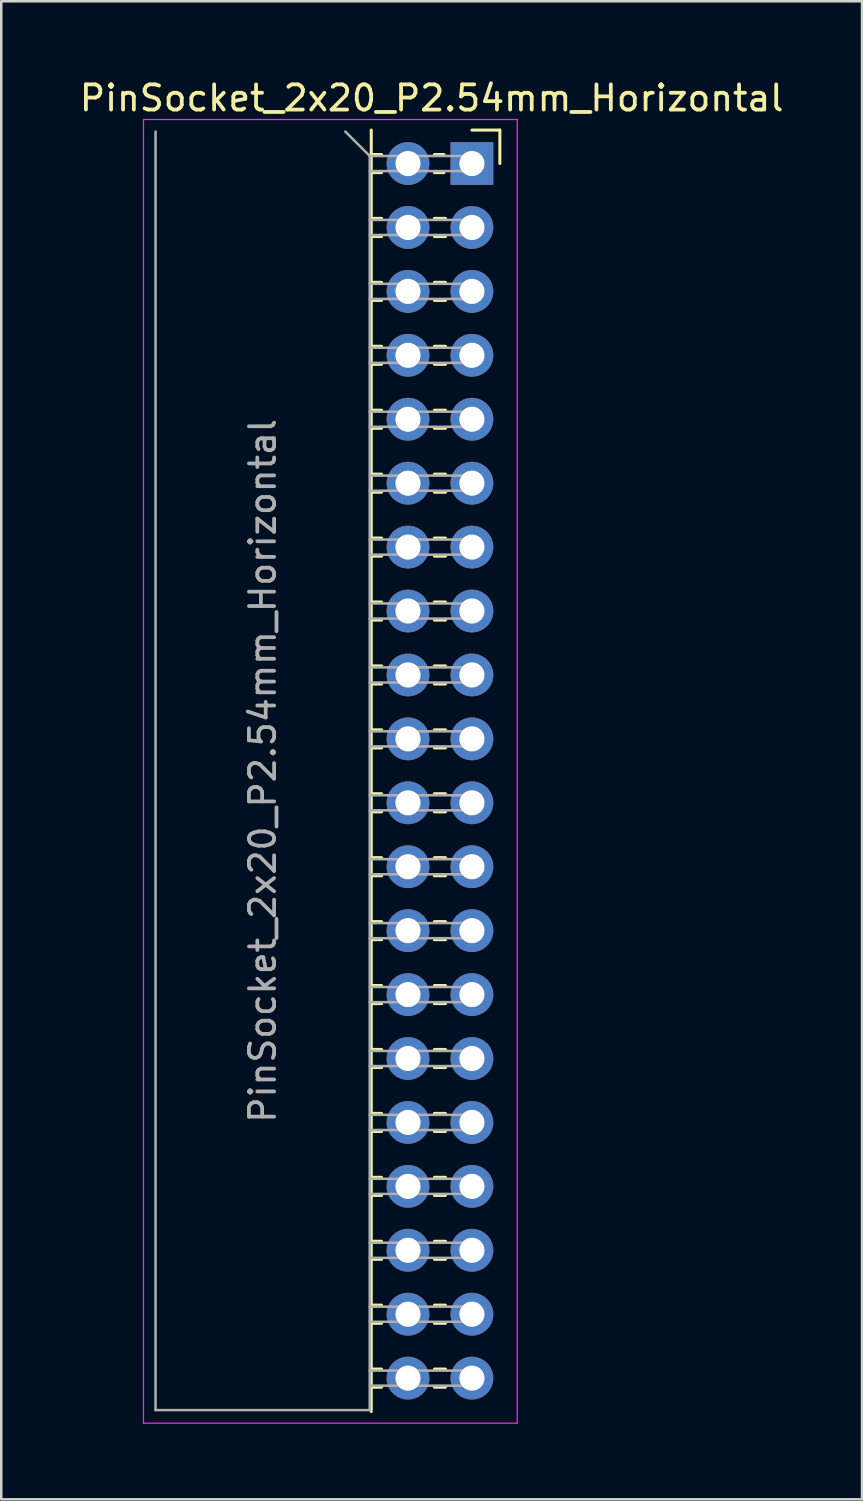
<source format=kicad_pcb>
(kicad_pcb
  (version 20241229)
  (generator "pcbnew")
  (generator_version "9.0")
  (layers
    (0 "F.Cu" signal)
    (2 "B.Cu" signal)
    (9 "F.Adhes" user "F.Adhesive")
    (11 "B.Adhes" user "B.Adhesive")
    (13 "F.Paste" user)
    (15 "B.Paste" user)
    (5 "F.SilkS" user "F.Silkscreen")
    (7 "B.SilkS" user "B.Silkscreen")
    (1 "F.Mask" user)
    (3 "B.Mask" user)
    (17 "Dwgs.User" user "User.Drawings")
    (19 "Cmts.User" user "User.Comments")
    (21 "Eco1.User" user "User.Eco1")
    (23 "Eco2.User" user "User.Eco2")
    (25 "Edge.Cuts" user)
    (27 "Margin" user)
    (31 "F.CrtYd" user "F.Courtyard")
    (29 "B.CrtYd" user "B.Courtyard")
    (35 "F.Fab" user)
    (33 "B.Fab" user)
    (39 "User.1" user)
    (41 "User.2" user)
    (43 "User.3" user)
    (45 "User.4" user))
  (footprint "PinSocket_2x20_P2.54mm_Horizontal"
    (layer "F.Cu")
    (at 15.701 3.448)
    (property "Reference" "PinSocket_2x20_P2.54mm_Horizontal" (at -1.6 -2.6 0) (layer "F.SilkS") (effects (font (size 1 1) (thickness 0.15))))
    (attr through_hole)
    (fp_line (start -4 -1.33) (end -4 49.59) (stroke (width 0.12) (type solid)) (layer "F.SilkS"))
    (fp_line (start -4 -0.36) (end -3.59 -0.36) (stroke (width 0.12) (type solid)) (layer "F.SilkS"))
    (fp_line (start -4 0.36) (end -3.59 0.36) (stroke (width 0.12) (type solid)) (layer "F.SilkS"))
    (fp_line (start -4 2.18) (end -3.59 2.18) (stroke (width 0.12) (type solid)) (layer "F.SilkS"))
    (fp_line (start -4 2.9) (end -3.59 2.9) (stroke (width 0.12) (type solid)) (layer "F.SilkS"))
    (fp_line (start -4 4.72) (end -3.59 4.72) (stroke (width 0.12) (type solid)) (layer "F.SilkS"))
    (fp_line (start -4 5.44) (end -3.59 5.44) (stroke (width 0.12) (type solid)) (layer "F.SilkS"))
    (fp_line (start -4 7.26) (end -3.59 7.26) (stroke (width 0.12) (type solid)) (layer "F.SilkS"))
    (fp_line (start -4 7.98) (end -3.59 7.98) (stroke (width 0.12) (type solid)) (layer "F.SilkS"))
    (fp_line (start -4 9.8) (end -3.59 9.8) (stroke (width 0.12) (type solid)) (layer "F.SilkS"))
    (fp_line (start -4 10.52) (end -3.59 10.52) (stroke (width 0.12) (type solid)) (layer "F.SilkS"))
    (fp_line (start -4 12.34) (end -3.59 12.34) (stroke (width 0.12) (type solid)) (layer "F.SilkS"))
    (fp_line (start -4 13.06) (end -3.59 13.06) (stroke (width 0.12) (type solid)) (layer "F.SilkS"))
    (fp_line (start -4 14.88) (end -3.59 14.88) (stroke (width 0.12) (type solid)) (layer "F.SilkS"))
    (fp_line (start -4 15.6) (end -3.59 15.6) (stroke (width 0.12) (type solid)) (layer "F.SilkS"))
    (fp_line (start -4 17.42) (end -3.59 17.42) (stroke (width 0.12) (type solid)) (layer "F.SilkS"))
    (fp_line (start -4 18.14) (end -3.59 18.14) (stroke (width 0.12) (type solid)) (layer "F.SilkS"))
    (fp_line (start -4 19.96) (end -3.59 19.96) (stroke (width 0.12) (type solid)) (layer "F.SilkS"))
    (fp_line (start -4 20.68) (end -3.59 20.68) (stroke (width 0.12) (type solid)) (layer "F.SilkS"))
    (fp_line (start -4 22.5) (end -3.59 22.5) (stroke (width 0.12) (type solid)) (layer "F.SilkS"))
    (fp_line (start -4 23.22) (end -3.59 23.22) (stroke (width 0.12) (type solid)) (layer "F.SilkS"))
    (fp_line (start -4 25.04) (end -3.59 25.04) (stroke (width 0.12) (type solid)) (layer "F.SilkS"))
    (fp_line (start -4 25.76) (end -3.59 25.76) (stroke (width 0.12) (type solid)) (layer "F.SilkS"))
    (fp_line (start -4 27.58) (end -3.59 27.58) (stroke (width 0.12) (type solid)) (layer "F.SilkS"))
    (fp_line (start -4 28.3) (end -3.59 28.3) (stroke (width 0.12) (type solid)) (layer "F.SilkS"))
    (fp_line (start -4 30.12) (end -3.59 30.12) (stroke (width 0.12) (type solid)) (layer "F.SilkS"))
    (fp_line (start -4 30.84) (end -3.59 30.84) (stroke (width 0.12) (type solid)) (layer "F.SilkS"))
    (fp_line (start -4 32.66) (end -3.59 32.66) (stroke (width 0.12) (type solid)) (layer "F.SilkS"))
    (fp_line (start -4 33.38) (end -3.59 33.38) (stroke (width 0.12) (type solid)) (layer "F.SilkS"))
    (fp_line (start -4 35.2) (end -3.59 35.2) (stroke (width 0.12) (type solid)) (layer "F.SilkS"))
    (fp_line (start -4 35.92) (end -3.59 35.92) (stroke (width 0.12) (type solid)) (layer "F.SilkS"))
    (fp_line (start -4 37.74) (end -3.59 37.74) (stroke (width 0.12) (type solid)) (layer "F.SilkS"))
    (fp_line (start -4 38.46) (end -3.59 38.46) (stroke (width 0.12) (type solid)) (layer "F.SilkS"))
    (fp_line (start -4 40.28) (end -3.59 40.28) (stroke (width 0.12) (type solid)) (layer "F.SilkS"))
    (fp_line (start -4 41) (end -3.59 41) (stroke (width 0.12) (type solid)) (layer "F.SilkS"))
    (fp_line (start -4 42.82) (end -3.59 42.82) (stroke (width 0.12) (type solid)) (layer "F.SilkS"))
    (fp_line (start -4 43.54) (end -3.59 43.54) (stroke (width 0.12) (type solid)) (layer "F.SilkS"))
    (fp_line (start -4 45.36) (end -3.59 45.36) (stroke (width 0.12) (type solid)) (layer "F.SilkS"))
    (fp_line (start -4 46.08) (end -3.59 46.08) (stroke (width 0.12) (type solid)) (layer "F.SilkS"))
    (fp_line (start -4 47.9) (end -3.59 47.9) (stroke (width 0.12) (type solid)) (layer "F.SilkS"))
    (fp_line (start -4 48.62) (end -3.59 48.62) (stroke (width 0.12) (type solid)) (layer "F.SilkS"))
    (fp_line (start -1.49 -0.36) (end -1.11 -0.36) (stroke (width 0.12) (type solid)) (layer "F.SilkS"))
    (fp_line (start -1.49 0.36) (end -1.11 0.36) (stroke (width 0.12) (type solid)) (layer "F.SilkS"))
    (fp_line (start -1.49 2.18) (end -1.05 2.18) (stroke (width 0.12) (type solid)) (layer "F.SilkS"))
    (fp_line (start -1.49 2.9) (end -1.05 2.9) (stroke (width 0.12) (type solid)) (layer "F.SilkS"))
    (fp_line (start -1.49 4.72) (end -1.05 4.72) (stroke (width 0.12) (type solid)) (layer "F.SilkS"))
    (fp_line (start -1.49 5.44) (end -1.05 5.44) (stroke (width 0.12) (type solid)) (layer "F.SilkS"))
    (fp_line (start -1.49 7.26) (end -1.05 7.26) (stroke (width 0.12) (type solid)) (layer "F.SilkS"))
    (fp_line (start -1.49 7.98) (end -1.05 7.98) (stroke (width 0.12) (type solid)) (layer "F.SilkS"))
    (fp_line (start -1.49 9.8) (end -1.05 9.8) (stroke (width 0.12) (type solid)) (layer "F.SilkS"))
    (fp_line (start -1.49 10.52) (end -1.05 10.52) (stroke (width 0.12) (type solid)) (layer "F.SilkS"))
    (fp_line (start -1.49 12.34) (end -1.05 12.34) (stroke (width 0.12) (type solid)) (layer "F.SilkS"))
    (fp_line (start -1.49 13.06) (end -1.05 13.06) (stroke (width 0.12) (type solid)) (layer "F.SilkS"))
    (fp_line (start -1.49 14.88) (end -1.05 14.88) (stroke (width 0.12) (type solid)) (layer "F.SilkS"))
    (fp_line (start -1.49 15.6) (end -1.05 15.6) (stroke (width 0.12) (type solid)) (layer "F.SilkS"))
    (fp_line (start -1.49 17.42) (end -1.05 17.42) (stroke (width 0.12) (type solid)) (layer "F.SilkS"))
    (fp_line (start -1.49 18.14) (end -1.05 18.14) (stroke (width 0.12) (type solid)) (layer "F.SilkS"))
    (fp_line (start -1.49 19.96) (end -1.05 19.96) (stroke (width 0.12) (type solid)) (layer "F.SilkS"))
    (fp_line (start -1.49 20.68) (end -1.05 20.68) (stroke (width 0.12) (type solid)) (layer "F.SilkS"))
    (fp_line (start -1.49 22.5) (end -1.05 22.5) (stroke (width 0.12) (type solid)) (layer "F.SilkS"))
    (fp_line (start -1.49 23.22) (end -1.05 23.22) (stroke (width 0.12) (type solid)) (layer "F.SilkS"))
    (fp_line (start -1.49 25.04) (end -1.05 25.04) (stroke (width 0.12) (type solid)) (layer "F.SilkS"))
    (fp_line (start -1.49 25.76) (end -1.05 25.76) (stroke (width 0.12) (type solid)) (layer "F.SilkS"))
    (fp_line (start -1.49 27.58) (end -1.05 27.58) (stroke (width 0.12) (type solid)) (layer "F.SilkS"))
    (fp_line (start -1.49 28.3) (end -1.05 28.3) (stroke (width 0.12) (type solid)) (layer "F.SilkS"))
    (fp_line (start -1.49 30.12) (end -1.05 30.12) (stroke (width 0.12) (type solid)) (layer "F.SilkS"))
    (fp_line (start -1.49 30.84) (end -1.05 30.84) (stroke (width 0.12) (type solid)) (layer "F.SilkS"))
    (fp_line (start -1.49 32.66) (end -1.05 32.66) (stroke (width 0.12) (type solid)) (layer "F.SilkS"))
    (fp_line (start -1.49 33.38) (end -1.05 33.38) (stroke (width 0.12) (type solid)) (layer "F.SilkS"))
    (fp_line (start -1.49 35.2) (end -1.05 35.2) (stroke (width 0.12) (type solid)) (layer "F.SilkS"))
    (fp_line (start -1.49 35.92) (end -1.05 35.92) (stroke (width 0.12) (type solid)) (layer "F.SilkS"))
    (fp_line (start -1.49 37.74) (end -1.05 37.74) (stroke (width 0.12) (type solid)) (layer "F.SilkS"))
    (fp_line (start -1.49 38.46) (end -1.05 38.46) (stroke (width 0.12) (type solid)) (layer "F.SilkS"))
    (fp_line (start -1.49 40.28) (end -1.05 40.28) (stroke (width 0.12) (type solid)) (layer "F.SilkS"))
    (fp_line (start -1.49 41) (end -1.05 41) (stroke (width 0.12) (type solid)) (layer "F.SilkS"))
    (fp_line (start -1.49 42.82) (end -1.05 42.82) (stroke (width 0.12) (type solid)) (layer "F.SilkS"))
    (fp_line (start -1.49 43.54) (end -1.05 43.54) (stroke (width 0.12) (type solid)) (layer "F.SilkS"))
    (fp_line (start -1.49 45.36) (end -1.05 45.36) (stroke (width 0.12) (type solid)) (layer "F.SilkS"))
    (fp_line (start -1.49 46.08) (end -1.05 46.08) (stroke (width 0.12) (type solid)) (layer "F.SilkS"))
    (fp_line (start -1.49 47.9) (end -1.05 47.9) (stroke (width 0.12) (type solid)) (layer "F.SilkS"))
    (fp_line (start -1.49 48.62) (end -1.05 48.62) (stroke (width 0.12) (type solid)) (layer "F.SilkS"))
    (fp_line (start 0 -1.33) (end 1.11 -1.33) (stroke (width 0.12) (type solid)) (layer "F.SilkS"))
    (fp_line (start 1.11 -1.33) (end 1.11 0) (stroke (width 0.12) (type solid)) (layer "F.SilkS"))
    (fp_line (start -13.05 -1.75) (end -13.05 50.05) (stroke (width 0.05) (type solid)) (layer "F.CrtYd"))
    (fp_line (start -13.05 50.05) (end 1.8 50.05) (stroke (width 0.05) (type solid)) (layer "F.CrtYd"))
    (fp_line (start 1.8 -1.75) (end -13.05 -1.75) (stroke (width 0.05) (type solid)) (layer "F.CrtYd"))
    (fp_line (start 1.8 50.05) (end 1.8 -1.75) (stroke (width 0.05) (type solid)) (layer "F.CrtYd"))
    (fp_line (start -12.57 49.53) (end -12.57 -1.27) (stroke (width 0.1) (type solid)) (layer "F.Fab"))
    (fp_line (start -5.03 -1.27) (end -4.06 -0.3) (stroke (width 0.1) (type solid)) (layer "F.Fab"))
    (fp_line (start -4.06 -0.3) (end -4.06 49.53) (stroke (width 0.1) (type solid)) (layer "F.Fab"))
    (fp_line (start -4.06 0.3) (end 0 0.3) (stroke (width 0.1) (type solid)) (layer "F.Fab"))
    (fp_line (start -4.06 2.84) (end 0 2.84) (stroke (width 0.1) (type solid)) (layer "F.Fab"))
    (fp_line (start -4.06 5.38) (end 0 5.38) (stroke (width 0.1) (type solid)) (layer "F.Fab"))
    (fp_line (start -4.06 7.92) (end 0 7.92) (stroke (width 0.1) (type solid)) (layer "F.Fab"))
    (fp_line (start -4.06 10.46) (end 0 10.46) (stroke (width 0.1) (type solid)) (layer "F.Fab"))
    (fp_line (start -4.06 13) (end 0 13) (stroke (width 0.1) (type solid)) (layer "F.Fab"))
    (fp_line (start -4.06 15.54) (end 0 15.54) (stroke (width 0.1) (type solid)) (layer "F.Fab"))
    (fp_line (start -4.06 18.08) (end 0 18.08) (stroke (width 0.1) (type solid)) (layer "F.Fab"))
    (fp_line (start -4.06 20.62) (end 0 20.62) (stroke (width 0.1) (type solid)) (layer "F.Fab"))
    (fp_line (start -4.06 23.16) (end 0 23.16) (stroke (width 0.1) (type solid)) (layer "F.Fab"))
    (fp_line (start -4.06 25.7) (end 0 25.7) (stroke (width 0.1) (type solid)) (layer "F.Fab"))
    (fp_line (start -4.06 28.24) (end 0 28.24) (stroke (width 0.1) (type solid)) (layer "F.Fab"))
    (fp_line (start -4.06 30.78) (end 0 30.78) (stroke (width 0.1) (type solid)) (layer "F.Fab"))
    (fp_line (start -4.06 33.32) (end 0 33.32) (stroke (width 0.1) (type solid)) (layer "F.Fab"))
    (fp_line (start -4.06 35.86) (end 0 35.86) (stroke (width 0.1) (type solid)) (layer "F.Fab"))
    (fp_line (start -4.06 38.4) (end 0 38.4) (stroke (width 0.1) (type solid)) (layer "F.Fab"))
    (fp_line (start -4.06 40.94) (end 0 40.94) (stroke (width 0.1) (type solid)) (layer "F.Fab"))
    (fp_line (start -4.06 43.48) (end 0 43.48) (stroke (width 0.1) (type solid)) (layer "F.Fab"))
    (fp_line (start -4.06 46.02) (end 0 46.02) (stroke (width 0.1) (type solid)) (layer "F.Fab"))
    (fp_line (start -4.06 48.56) (end 0 48.56) (stroke (width 0.1) (type solid)) (layer "F.Fab"))
    (fp_line (start -4.06 49.53) (end -12.57 49.53) (stroke (width 0.1) (type solid)) (layer "F.Fab"))
    (fp_line (start 0 -0.3) (end -4.06 -0.3) (stroke (width 0.1) (type solid)) (layer "F.Fab"))
    (fp_line (start 0 0.3) (end 0 -0.3) (stroke (width 0.1) (type solid)) (layer "F.Fab"))
    (fp_line (start 0 2.24) (end -4.06 2.24) (stroke (width 0.1) (type solid)) (layer "F.Fab"))
    (fp_line (start 0 2.84) (end 0 2.24) (stroke (width 0.1) (type solid)) (layer "F.Fab"))
    (fp_line (start 0 4.78) (end -4.06 4.78) (stroke (width 0.1) (type solid)) (layer "F.Fab"))
    (fp_line (start 0 5.38) (end 0 4.78) (stroke (width 0.1) (type solid)) (layer "F.Fab"))
    (fp_line (start 0 7.32) (end -4.06 7.32) (stroke (width 0.1) (type solid)) (layer "F.Fab"))
    (fp_line (start 0 7.92) (end 0 7.32) (stroke (width 0.1) (type solid)) (layer "F.Fab"))
    (fp_line (start 0 9.86) (end -4.06 9.86) (stroke (width 0.1) (type solid)) (layer "F.Fab"))
    (fp_line (start 0 10.46) (end 0 9.86) (stroke (width 0.1) (type solid)) (layer "F.Fab"))
    (fp_line (start 0 12.4) (end -4.06 12.4) (stroke (width 0.1) (type solid)) (layer "F.Fab"))
    (fp_line (start 0 13) (end 0 12.4) (stroke (width 0.1) (type solid)) (layer "F.Fab"))
    (fp_line (start 0 14.94) (end -4.06 14.94) (stroke (width 0.1) (type solid)) (layer "F.Fab"))
    (fp_line (start 0 15.54) (end 0 14.94) (stroke (width 0.1) (type solid)) (layer "F.Fab"))
    (fp_line (start 0 17.48) (end -4.06 17.48) (stroke (width 0.1) (type solid)) (layer "F.Fab"))
    (fp_line (start 0 18.08) (end 0 17.48) (stroke (width 0.1) (type solid)) (layer "F.Fab"))
    (fp_line (start 0 20.02) (end -4.06 20.02) (stroke (width 0.1) (type solid)) (layer "F.Fab"))
    (fp_line (start 0 20.62) (end 0 20.02) (stroke (width 0.1) (type solid)) (layer "F.Fab"))
    (fp_line (start 0 22.56) (end -4.06 22.56) (stroke (width 0.1) (type solid)) (layer "F.Fab"))
    (fp_line (start 0 23.16) (end 0 22.56) (stroke (width 0.1) (type solid)) (layer "F.Fab"))
    (fp_line (start 0 25.1) (end -4.06 25.1) (stroke (width 0.1) (type solid)) (layer "F.Fab"))
    (fp_line (start 0 25.7) (end 0 25.1) (stroke (width 0.1) (type solid)) (layer "F.Fab"))
    (fp_line (start 0 27.64) (end -4.06 27.64) (stroke (width 0.1) (type solid)) (layer "F.Fab"))
    (fp_line (start 0 28.24) (end 0 27.64) (stroke (width 0.1) (type solid)) (layer "F.Fab"))
    (fp_line (start 0 30.18) (end -4.06 30.18) (stroke (width 0.1) (type solid)) (layer "F.Fab"))
    (fp_line (start 0 30.78) (end 0 30.18) (stroke (width 0.1) (type solid)) (layer "F.Fab"))
    (fp_line (start 0 32.72) (end -4.06 32.72) (stroke (width 0.1) (type solid)) (layer "F.Fab"))
    (fp_line (start 0 33.32) (end 0 32.72) (stroke (width 0.1) (type solid)) (layer "F.Fab"))
    (fp_line (start 0 35.26) (end -4.06 35.26) (stroke (width 0.1) (type solid)) (layer "F.Fab"))
    (fp_line (start 0 35.86) (end 0 35.26) (stroke (width 0.1) (type solid)) (layer "F.Fab"))
    (fp_line (start 0 37.8) (end -4.06 37.8) (stroke (width 0.1) (type solid)) (layer "F.Fab"))
    (fp_line (start 0 38.4) (end 0 37.8) (stroke (width 0.1) (type solid)) (layer "F.Fab"))
    (fp_line (start 0 40.34) (end -4.06 40.34) (stroke (width 0.1) (type solid)) (layer "F.Fab"))
    (fp_line (start 0 40.94) (end 0 40.34) (stroke (width 0.1) (type solid)) (layer "F.Fab"))
    (fp_line (start 0 42.88) (end -4.06 42.88) (stroke (width 0.1) (type solid)) (layer "F.Fab"))
    (fp_line (start 0 43.48) (end 0 42.88) (stroke (width 0.1) (type solid)) (layer "F.Fab"))
    (fp_line (start 0 45.42) (end -4.06 45.42) (stroke (width 0.1) (type solid)) (layer "F.Fab"))
    (fp_line (start 0 46.02) (end 0 45.42) (stroke (width 0.1) (type solid)) (layer "F.Fab"))
    (fp_line (start 0 47.96) (end -4.06 47.96) (stroke (width 0.1) (type solid)) (layer "F.Fab"))
    (fp_line (start 0 48.56) (end 0 47.96) (stroke (width 0.1) (type solid)) (layer "F.Fab"))
    (fp_text user "${REFERENCE}" (at -8.315 24.13 90) (layer "F.Fab") (effects (font (size 1 1) (thickness 0.15))))
    (pad "1" thru_hole rect (at 0 0) (size 1.7 1.7) (drill 1) (layers "*.Cu" "*.Mask"))
    (pad "2" thru_hole oval (at -2.54 0) (size 1.7 1.7) (drill 1) (layers "*.Cu" "*.Mask"))
    (pad "3" thru_hole oval (at 0 2.54) (size 1.7 1.7) (drill 1) (layers "*.Cu" "*.Mask"))
    (pad "4" thru_hole oval (at -2.54 2.54) (size 1.7 1.7) (drill 1) (layers "*.Cu" "*.Mask"))
    (pad "5" thru_hole oval (at 0 5.08) (size 1.7 1.7) (drill 1) (layers "*.Cu" "*.Mask"))
    (pad "6" thru_hole oval (at -2.54 5.08) (size 1.7 1.7) (drill 1) (layers "*.Cu" "*.Mask"))
    (pad "7" thru_hole oval (at 0 7.62) (size 1.7 1.7) (drill 1) (layers "*.Cu" "*.Mask"))
    (pad "8" thru_hole oval (at -2.54 7.62) (size 1.7 1.7) (drill 1) (layers "*.Cu" "*.Mask"))
    (pad "9" thru_hole oval (at 0 10.16) (size 1.7 1.7) (drill 1) (layers "*.Cu" "*.Mask"))
    (pad "10" thru_hole oval (at -2.54 10.16) (size 1.7 1.7) (drill 1) (layers "*.Cu" "*.Mask"))
    (pad "11" thru_hole oval (at 0 12.7) (size 1.7 1.7) (drill 1) (layers "*.Cu" "*.Mask"))
    (pad "12" thru_hole oval (at -2.54 12.7) (size 1.7 1.7) (drill 1) (layers "*.Cu" "*.Mask"))
    (pad "13" thru_hole oval (at 0 15.24) (size 1.7 1.7) (drill 1) (layers "*.Cu" "*.Mask"))
    (pad "14" thru_hole oval (at -2.54 15.24) (size 1.7 1.7) (drill 1) (layers "*.Cu" "*.Mask"))
    (pad "15" thru_hole oval (at 0 17.78) (size 1.7 1.7) (drill 1) (layers "*.Cu" "*.Mask"))
    (pad "16" thru_hole oval (at -2.54 17.78) (size 1.7 1.7) (drill 1) (layers "*.Cu" "*.Mask"))
    (pad "17" thru_hole oval (at 0 20.32) (size 1.7 1.7) (drill 1) (layers "*.Cu" "*.Mask"))
    (pad "18" thru_hole oval (at -2.54 20.32) (size 1.7 1.7) (drill 1) (layers "*.Cu" "*.Mask"))
    (pad "19" thru_hole oval (at 0 22.86) (size 1.7 1.7) (drill 1) (layers "*.Cu" "*.Mask"))
    (pad "20" thru_hole oval (at -2.54 22.86) (size 1.7 1.7) (drill 1) (layers "*.Cu" "*.Mask"))
    (pad "21" thru_hole oval (at 0 25.4) (size 1.7 1.7) (drill 1) (layers "*.Cu" "*.Mask"))
    (pad "22" thru_hole oval (at -2.54 25.4) (size 1.7 1.7) (drill 1) (layers "*.Cu" "*.Mask"))
    (pad "23" thru_hole oval (at 0 27.94) (size 1.7 1.7) (drill 1) (layers "*.Cu" "*.Mask"))
    (pad "24" thru_hole oval (at -2.54 27.94) (size 1.7 1.7) (drill 1) (layers "*.Cu" "*.Mask"))
    (pad "25" thru_hole oval (at 0 30.48) (size 1.7 1.7) (drill 1) (layers "*.Cu" "*.Mask"))
    (pad "26" thru_hole oval (at -2.54 30.48) (size 1.7 1.7) (drill 1) (layers "*.Cu" "*.Mask"))
    (pad "27" thru_hole oval (at 0 33.02) (size 1.7 1.7) (drill 1) (layers "*.Cu" "*.Mask"))
    (pad "28" thru_hole oval (at -2.54 33.02) (size 1.7 1.7) (drill 1) (layers "*.Cu" "*.Mask"))
    (pad "29" thru_hole oval (at 0 35.56) (size 1.7 1.7) (drill 1) (layers "*.Cu" "*.Mask"))
    (pad "30" thru_hole oval (at -2.54 35.56) (size 1.7 1.7) (drill 1) (layers "*.Cu" "*.Mask"))
    (pad "31" thru_hole oval (at 0 38.1) (size 1.7 1.7) (drill 1) (layers "*.Cu" "*.Mask"))
    (pad "32" thru_hole oval (at -2.54 38.1) (size 1.7 1.7) (drill 1) (layers "*.Cu" "*.Mask"))
    (pad "33" thru_hole oval (at 0 40.64) (size 1.7 1.7) (drill 1) (layers "*.Cu" "*.Mask"))
    (pad "34" thru_hole oval (at -2.54 40.64) (size 1.7 1.7) (drill 1) (layers "*.Cu" "*.Mask"))
    (pad "35" thru_hole oval (at 0 43.18) (size 1.7 1.7) (drill 1) (layers "*.Cu" "*.Mask"))
    (pad "36" thru_hole oval (at -2.54 43.18) (size 1.7 1.7) (drill 1) (layers "*.Cu" "*.Mask"))
    (pad "37" thru_hole oval (at 0 45.72) (size 1.7 1.7) (drill 1) (layers "*.Cu" "*.Mask"))
    (pad "38" thru_hole oval (at -2.54 45.72) (size 1.7 1.7) (drill 1) (layers "*.Cu" "*.Mask"))
    (pad "39" thru_hole oval (at 0 48.26) (size 1.7 1.7) (drill 1) (layers "*.Cu" "*.Mask"))
    (pad "40" thru_hole oval (at -2.54 48.26) (size 1.7 1.7) (drill 1) (layers "*.Cu" "*.Mask")))
  (gr_rect
    (start -3 -3)
    (end 31.202 56.523)
    (stroke (width 0.1) (type default))
    (fill no)
    (layer "Edge.Cuts")))
</source>
